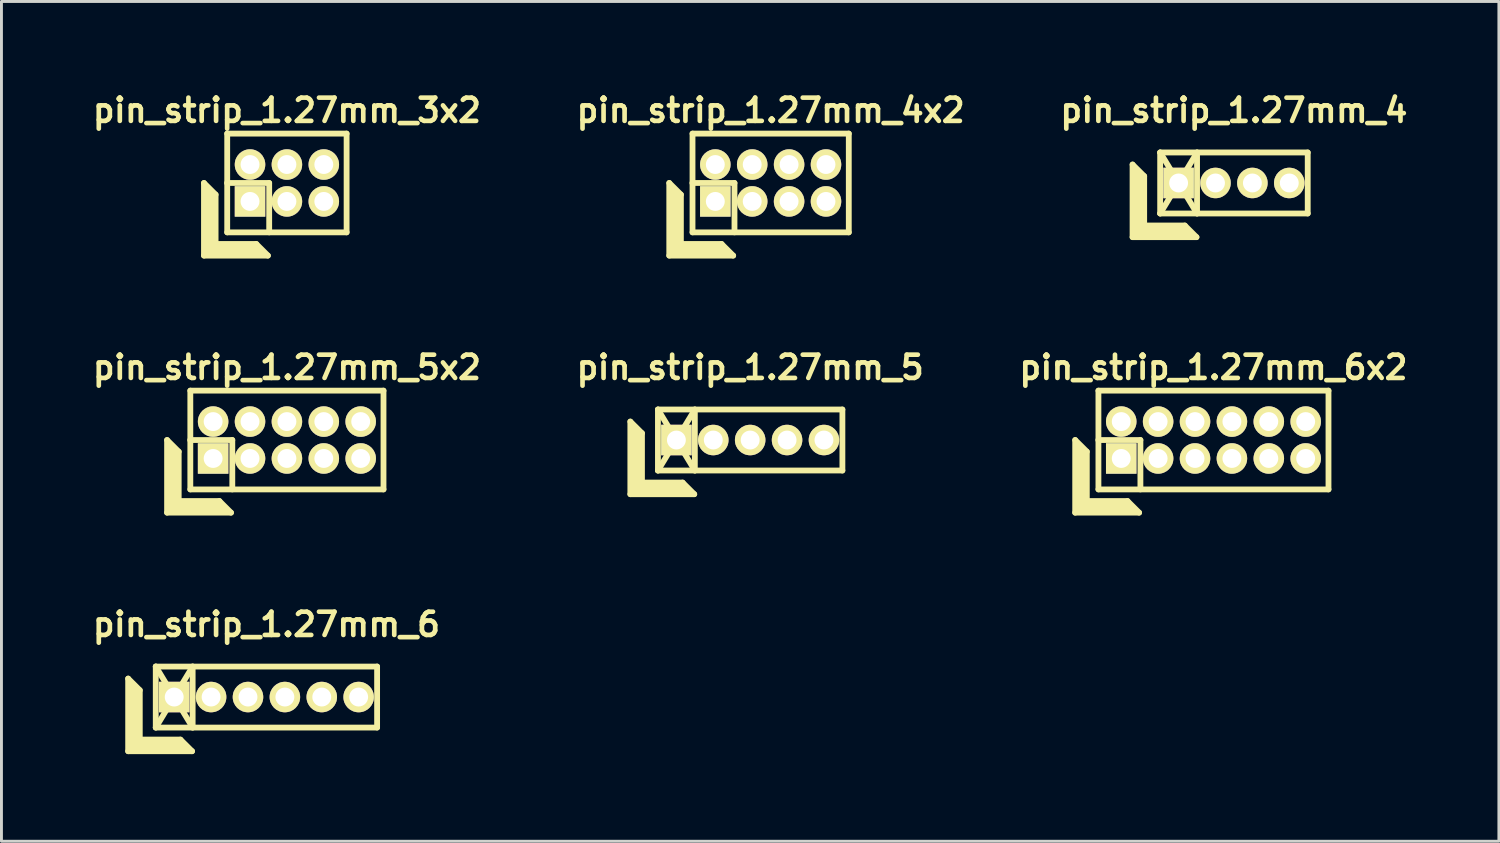
<source format=kicad_pcb>
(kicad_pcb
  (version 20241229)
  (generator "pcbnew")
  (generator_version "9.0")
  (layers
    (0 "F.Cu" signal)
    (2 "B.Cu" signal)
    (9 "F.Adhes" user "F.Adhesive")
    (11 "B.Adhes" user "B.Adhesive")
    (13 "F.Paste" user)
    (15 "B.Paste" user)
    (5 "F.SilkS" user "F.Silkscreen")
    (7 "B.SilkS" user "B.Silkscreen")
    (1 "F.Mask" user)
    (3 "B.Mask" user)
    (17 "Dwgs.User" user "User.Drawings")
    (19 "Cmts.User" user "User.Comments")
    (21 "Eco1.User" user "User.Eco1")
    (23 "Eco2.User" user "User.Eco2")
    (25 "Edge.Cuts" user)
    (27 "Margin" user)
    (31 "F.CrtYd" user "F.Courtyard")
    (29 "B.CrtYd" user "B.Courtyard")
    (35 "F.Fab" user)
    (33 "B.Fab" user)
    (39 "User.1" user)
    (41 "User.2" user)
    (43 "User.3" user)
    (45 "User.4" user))
  (footprint "pin_strip_1.27mm_4x2"
    (layer "F.Cu")
    (at 23.48 3.249)
    (property "Reference" "pin_strip_1.27mm_4x2" (at 0 -2.5 0) (layer "F.SilkS") (effects (font (size 0.8 0.8) (thickness 0.16))))
    (attr through_hole)
    (fp_line (start -3.49 0) (end -3.49 2.5) (stroke (width 0.2) (type solid)) (layer "F.SilkS"))
    (fp_line (start -3.49 0) (end -3.09 0.4) (stroke (width 0.2) (type solid)) (layer "F.SilkS"))
    (fp_line (start -3.49 2.5) (end -1.29 2.5) (stroke (width 0.2) (type solid)) (layer "F.SilkS"))
    (fp_line (start -3.39 2.4) (end -3.39 0.2) (stroke (width 0.2) (type solid)) (layer "F.SilkS"))
    (fp_line (start -3.39 2.4) (end -1.49 2.4) (stroke (width 0.2) (type solid)) (layer "F.SilkS"))
    (fp_line (start -3.29 2.3) (end -3.29 0.3) (stroke (width 0.2) (type solid)) (layer "F.SilkS"))
    (fp_line (start -3.29 2.3) (end -1.59 2.3) (stroke (width 0.2) (type solid)) (layer "F.SilkS"))
    (fp_line (start -3.19 2.2) (end -3.19 0.4) (stroke (width 0.2) (type solid)) (layer "F.SilkS"))
    (fp_line (start -3.19 2.2) (end -1.69 2.2) (stroke (width 0.2) (type solid)) (layer "F.SilkS"))
    (fp_line (start -3.09 2.1) (end -3.09 0.4) (stroke (width 0.2) (type solid)) (layer "F.SilkS"))
    (fp_line (start -3.09 2.1) (end -1.69 2.1) (stroke (width 0.2) (type solid)) (layer "F.SilkS"))
    (fp_line (start -2.695 0) (end -1.245 0) (stroke (width 0.2) (type solid)) (layer "F.SilkS"))
    (fp_line (start -2.69 -1.7) (end 2.69 -1.7) (stroke (width 0.2) (type solid)) (layer "F.SilkS"))
    (fp_line (start -2.69 1.7) (end -2.69 -1.7) (stroke (width 0.2) (type solid)) (layer "F.SilkS"))
    (fp_line (start -1.69 2.1) (end -1.29 2.5) (stroke (width 0.2) (type solid)) (layer "F.SilkS"))
    (fp_line (start -1.245 0) (end -1.245 1.7) (stroke (width 0.2) (type solid)) (layer "F.SilkS"))
    (fp_line (start 2.69 -1.7) (end 2.69 1.7) (stroke (width 0.2) (type solid)) (layer "F.SilkS"))
    (fp_line (start 2.69 1.7) (end -2.69 1.7) (stroke (width 0.2) (type solid)) (layer "F.SilkS"))
    (pad "1" thru_hole rect (at -1.905 0.635) (size 1.05 1.05) (drill 0.65) (layers "*.Cu" "*.Mask" "F.SilkS"))
    (pad "2" thru_hole oval (at -1.905 -0.635) (size 1.05 1.05) (drill 0.65) (layers "*.Cu" "*.Mask" "F.SilkS"))
    (pad "3" thru_hole oval (at -0.635 0.635) (size 1.05 1.05) (drill 0.65) (layers "*.Cu" "*.Mask" "F.SilkS"))
    (pad "4" thru_hole oval (at -0.635 -0.635) (size 1.05 1.05) (drill 0.65) (layers "*.Cu" "*.Mask" "F.SilkS"))
    (pad "5" thru_hole oval (at 0.635 0.635) (size 1.05 1.05) (drill 0.65) (layers "*.Cu" "*.Mask" "F.SilkS"))
    (pad "6" thru_hole oval (at 0.635 -0.635) (size 1.05 1.05) (drill 0.65) (layers "*.Cu" "*.Mask" "F.SilkS"))
    (pad "7" thru_hole oval (at 1.905 0.635) (size 1.05 1.05) (drill 0.65) (layers "*.Cu" "*.Mask" "F.SilkS"))
    (pad "8" thru_hole oval (at 1.905 -0.635) (size 1.05 1.05) (drill 0.65) (layers "*.Cu" "*.Mask" "F.SilkS")))
  (footprint "pin_strip_1.27mm_6x2"
    (layer "F.Cu")
    (at 38.724 12.098)
    (property "Reference" "pin_strip_1.27mm_6x2" (at 0 -2.5 0) (layer "F.SilkS") (effects (font (size 0.8 0.8) (thickness 0.16))))
    (attr through_hole)
    (fp_line (start -4.76 0) (end -4.76 2.5) (stroke (width 0.2) (type solid)) (layer "F.SilkS"))
    (fp_line (start -4.76 0) (end -4.36 0.4) (stroke (width 0.2) (type solid)) (layer "F.SilkS"))
    (fp_line (start -4.76 2.5) (end -2.56 2.5) (stroke (width 0.2) (type solid)) (layer "F.SilkS"))
    (fp_line (start -4.66 2.4) (end -4.66 0.2) (stroke (width 0.2) (type solid)) (layer "F.SilkS"))
    (fp_line (start -4.66 2.4) (end -2.76 2.4) (stroke (width 0.2) (type solid)) (layer "F.SilkS"))
    (fp_line (start -4.56 2.3) (end -4.56 0.3) (stroke (width 0.2) (type solid)) (layer "F.SilkS"))
    (fp_line (start -4.56 2.3) (end -2.86 2.3) (stroke (width 0.2) (type solid)) (layer "F.SilkS"))
    (fp_line (start -4.46 2.2) (end -4.46 0.4) (stroke (width 0.2) (type solid)) (layer "F.SilkS"))
    (fp_line (start -4.46 2.2) (end -2.96 2.2) (stroke (width 0.2) (type solid)) (layer "F.SilkS"))
    (fp_line (start -4.36 2.1) (end -4.36 0.4) (stroke (width 0.2) (type solid)) (layer "F.SilkS"))
    (fp_line (start -4.36 2.1) (end -2.96 2.1) (stroke (width 0.2) (type solid)) (layer "F.SilkS"))
    (fp_line (start -3.965 0) (end -2.515 0) (stroke (width 0.2) (type solid)) (layer "F.SilkS"))
    (fp_line (start -3.96 -1.7) (end 3.96 -1.7) (stroke (width 0.2) (type solid)) (layer "F.SilkS"))
    (fp_line (start -3.96 1.7) (end -3.96 -1.7) (stroke (width 0.2) (type solid)) (layer "F.SilkS"))
    (fp_line (start -2.96 2.1) (end -2.56 2.5) (stroke (width 0.2) (type solid)) (layer "F.SilkS"))
    (fp_line (start -2.515 0) (end -2.515 1.7) (stroke (width 0.2) (type solid)) (layer "F.SilkS"))
    (fp_line (start 3.96 -1.7) (end 3.96 1.7) (stroke (width 0.2) (type solid)) (layer "F.SilkS"))
    (fp_line (start 3.96 1.7) (end -3.96 1.7) (stroke (width 0.2) (type solid)) (layer "F.SilkS"))
    (pad "1" thru_hole rect (at -3.175 0.635) (size 1.05 1.05) (drill 0.65) (layers "*.Cu" "*.Mask" "F.SilkS"))
    (pad "2" thru_hole oval (at -3.175 -0.635) (size 1.05 1.05) (drill 0.65) (layers "*.Cu" "*.Mask" "F.SilkS"))
    (pad "3" thru_hole oval (at -1.905 0.635) (size 1.05 1.05) (drill 0.65) (layers "*.Cu" "*.Mask" "F.SilkS"))
    (pad "4" thru_hole oval (at -1.905 -0.635) (size 1.05 1.05) (drill 0.65) (layers "*.Cu" "*.Mask" "F.SilkS"))
    (pad "5" thru_hole oval (at -0.635 0.635) (size 1.05 1.05) (drill 0.65) (layers "*.Cu" "*.Mask" "F.SilkS"))
    (pad "6" thru_hole oval (at -0.635 -0.635) (size 1.05 1.05) (drill 0.65) (layers "*.Cu" "*.Mask" "F.SilkS"))
    (pad "7" thru_hole oval (at 0.635 0.635) (size 1.05 1.05) (drill 0.65) (layers "*.Cu" "*.Mask" "F.SilkS"))
    (pad "8" thru_hole oval (at 0.635 -0.635) (size 1.05 1.05) (drill 0.65) (layers "*.Cu" "*.Mask" "F.SilkS"))
    (pad "9" thru_hole oval (at 1.905 0.635) (size 1.05 1.05) (drill 0.65) (layers "*.Cu" "*.Mask" "F.SilkS"))
    (pad "10" thru_hole oval (at 1.905 -0.635) (size 1.05 1.05) (drill 0.65) (layers "*.Cu" "*.Mask" "F.SilkS"))
    (pad "11" thru_hole oval (at 3.175 0.635) (size 1.05 1.05) (drill 0.65) (layers "*.Cu" "*.Mask" "F.SilkS"))
    (pad "12" thru_hole oval (at 3.175 -0.635) (size 1.05 1.05) (drill 0.65) (layers "*.Cu" "*.Mask" "F.SilkS")))
  (footprint "pin_strip_1.27mm_6"
    (layer "F.Cu")
    (at 6.122 20.946)
    (property "Reference" "pin_strip_1.27mm_6" (at 0 -2.5 0) (layer "F.SilkS") (effects (font (size 0.8 0.8) (thickness 0.16))))
    (attr through_hole)
    (fp_line (start -4.76 -0.635) (end -4.76 1.865) (stroke (width 0.2) (type solid)) (layer "F.SilkS"))
    (fp_line (start -4.76 -0.635) (end -4.36 -0.235) (stroke (width 0.2) (type solid)) (layer "F.SilkS"))
    (fp_line (start -4.76 1.865) (end -2.56 1.865) (stroke (width 0.2) (type solid)) (layer "F.SilkS"))
    (fp_line (start -4.66 1.765) (end -4.66 -0.435) (stroke (width 0.2) (type solid)) (layer "F.SilkS"))
    (fp_line (start -4.66 1.765) (end -2.76 1.765) (stroke (width 0.2) (type solid)) (layer "F.SilkS"))
    (fp_line (start -4.56 1.665) (end -4.56 -0.335) (stroke (width 0.2) (type solid)) (layer "F.SilkS"))
    (fp_line (start -4.56 1.665) (end -2.86 1.665) (stroke (width 0.2) (type solid)) (layer "F.SilkS"))
    (fp_line (start -4.46 1.565) (end -4.46 -0.235) (stroke (width 0.2) (type solid)) (layer "F.SilkS"))
    (fp_line (start -4.46 1.565) (end -2.96 1.565) (stroke (width 0.2) (type solid)) (layer "F.SilkS"))
    (fp_line (start -4.36 1.465) (end -4.36 -0.235) (stroke (width 0.2) (type solid)) (layer "F.SilkS"))
    (fp_line (start -4.36 1.465) (end -2.96 1.465) (stroke (width 0.2) (type solid)) (layer "F.SilkS"))
    (fp_line (start -3.81 -1.05) (end -2.54 1.05) (stroke (width 0.2) (type solid)) (layer "F.SilkS"))
    (fp_line (start -3.81 -1.05) (end 3.81 -1.05) (stroke (width 0.2) (type solid)) (layer "F.SilkS"))
    (fp_line (start -3.81 1.05) (end -3.81 -1.05) (stroke (width 0.2) (type solid)) (layer "F.SilkS"))
    (fp_line (start -3.81 1.05) (end -2.54 -1.05) (stroke (width 0.2) (type solid)) (layer "F.SilkS"))
    (fp_line (start -2.96 1.465) (end -2.56 1.865) (stroke (width 0.2) (type solid)) (layer "F.SilkS"))
    (fp_line (start -2.54 -1.05) (end -2.54 1.05) (stroke (width 0.2) (type solid)) (layer "F.SilkS"))
    (fp_line (start 3.81 -1.05) (end 3.81 1.05) (stroke (width 0.2) (type solid)) (layer "F.SilkS"))
    (fp_line (start 3.81 1.05) (end -3.81 1.05) (stroke (width 0.2) (type solid)) (layer "F.SilkS"))
    (pad "1" thru_hole rect (at -3.175 0) (size 1.05 1.05) (drill 0.65) (layers "*.Cu" "*.Mask" "F.SilkS"))
    (pad "2" thru_hole oval (at -1.905 0) (size 1.05 1.05) (drill 0.65) (layers "*.Cu" "*.Mask" "F.SilkS"))
    (pad "3" thru_hole oval (at -0.635 0) (size 1.05 1.05) (drill 0.65) (layers "*.Cu" "*.Mask" "F.SilkS"))
    (pad "4" thru_hole oval (at 0.635 0) (size 1.05 1.05) (drill 0.65) (layers "*.Cu" "*.Mask" "F.SilkS"))
    (pad "5" thru_hole oval (at 1.905 0) (size 1.05 1.05) (drill 0.65) (layers "*.Cu" "*.Mask" "F.SilkS"))
    (pad "6" thru_hole oval (at 3.175 0) (size 1.05 1.05) (drill 0.65) (layers "*.Cu" "*.Mask" "F.SilkS")))
  (footprint "pin_strip_1.27mm_3x2"
    (layer "F.Cu")
    (at 6.827 3.249)
    (property "Reference" "pin_strip_1.27mm_3x2" (at 0 -2.5 0) (layer "F.SilkS") (effects (font (size 0.8 0.8) (thickness 0.16))))
    (attr through_hole)
    (fp_line (start -2.855 0) (end -2.855 2.5) (stroke (width 0.2) (type solid)) (layer "F.SilkS"))
    (fp_line (start -2.855 0) (end -2.455 0.4) (stroke (width 0.2) (type solid)) (layer "F.SilkS"))
    (fp_line (start -2.855 2.5) (end -0.655 2.5) (stroke (width 0.2) (type solid)) (layer "F.SilkS"))
    (fp_line (start -2.755 2.4) (end -2.755 0.2) (stroke (width 0.2) (type solid)) (layer "F.SilkS"))
    (fp_line (start -2.755 2.4) (end -0.855 2.4) (stroke (width 0.2) (type solid)) (layer "F.SilkS"))
    (fp_line (start -2.655 2.3) (end -2.655 0.3) (stroke (width 0.2) (type solid)) (layer "F.SilkS"))
    (fp_line (start -2.655 2.3) (end -0.955 2.3) (stroke (width 0.2) (type solid)) (layer "F.SilkS"))
    (fp_line (start -2.555 2.2) (end -2.555 0.4) (stroke (width 0.2) (type solid)) (layer "F.SilkS"))
    (fp_line (start -2.555 2.2) (end -1.055 2.2) (stroke (width 0.2) (type solid)) (layer "F.SilkS"))
    (fp_line (start -2.455 2.1) (end -2.455 0.4) (stroke (width 0.2) (type solid)) (layer "F.SilkS"))
    (fp_line (start -2.455 2.1) (end -1.055 2.1) (stroke (width 0.2) (type solid)) (layer "F.SilkS"))
    (fp_line (start -2.06 0) (end -0.61 0) (stroke (width 0.2) (type solid)) (layer "F.SilkS"))
    (fp_line (start -2.055 -1.7) (end 2.055 -1.7) (stroke (width 0.2) (type solid)) (layer "F.SilkS"))
    (fp_line (start -2.055 1.7) (end -2.055 -1.7) (stroke (width 0.2) (type solid)) (layer "F.SilkS"))
    (fp_line (start -1.055 2.1) (end -0.655 2.5) (stroke (width 0.2) (type solid)) (layer "F.SilkS"))
    (fp_line (start -0.61 0) (end -0.61 1.7) (stroke (width 0.2) (type solid)) (layer "F.SilkS"))
    (fp_line (start 2.055 -1.7) (end 2.055 1.7) (stroke (width 0.2) (type solid)) (layer "F.SilkS"))
    (fp_line (start 2.055 1.7) (end -2.055 1.7) (stroke (width 0.2) (type solid)) (layer "F.SilkS"))
    (pad "1" thru_hole rect (at -1.27 0.635) (size 1.05 1.05) (drill 0.65) (layers "*.Cu" "*.Mask" "F.SilkS"))
    (pad "2" thru_hole oval (at -1.27 -0.635) (size 1.05 1.05) (drill 0.65) (layers "*.Cu" "*.Mask" "F.SilkS"))
    (pad "3" thru_hole oval (at 0 0.635) (size 1.05 1.05) (drill 0.65) (layers "*.Cu" "*.Mask" "F.SilkS"))
    (pad "4" thru_hole oval (at 0 -0.635) (size 1.05 1.05) (drill 0.65) (layers "*.Cu" "*.Mask" "F.SilkS"))
    (pad "5" thru_hole oval (at 1.27 0.635) (size 1.05 1.05) (drill 0.65) (layers "*.Cu" "*.Mask" "F.SilkS"))
    (pad "6" thru_hole oval (at 1.27 -0.635) (size 1.05 1.05) (drill 0.65) (layers "*.Cu" "*.Mask" "F.SilkS")))
  (footprint "pin_strip_1.27mm_5x2"
    (layer "F.Cu")
    (at 6.827 12.098)
    (property "Reference" "pin_strip_1.27mm_5x2" (at 0 -2.5 0) (layer "F.SilkS") (effects (font (size 0.8 0.8) (thickness 0.16))))
    (attr through_hole)
    (fp_line (start -4.125 0) (end -4.125 2.5) (stroke (width 0.2) (type solid)) (layer "F.SilkS"))
    (fp_line (start -4.125 0) (end -3.725 0.4) (stroke (width 0.2) (type solid)) (layer "F.SilkS"))
    (fp_line (start -4.125 2.5) (end -1.925 2.5) (stroke (width 0.2) (type solid)) (layer "F.SilkS"))
    (fp_line (start -4.025 2.4) (end -4.025 0.2) (stroke (width 0.2) (type solid)) (layer "F.SilkS"))
    (fp_line (start -4.025 2.4) (end -2.125 2.4) (stroke (width 0.2) (type solid)) (layer "F.SilkS"))
    (fp_line (start -3.925 2.3) (end -3.925 0.3) (stroke (width 0.2) (type solid)) (layer "F.SilkS"))
    (fp_line (start -3.925 2.3) (end -2.225 2.3) (stroke (width 0.2) (type solid)) (layer "F.SilkS"))
    (fp_line (start -3.825 2.2) (end -3.825 0.4) (stroke (width 0.2) (type solid)) (layer "F.SilkS"))
    (fp_line (start -3.825 2.2) (end -2.325 2.2) (stroke (width 0.2) (type solid)) (layer "F.SilkS"))
    (fp_line (start -3.725 2.1) (end -3.725 0.4) (stroke (width 0.2) (type solid)) (layer "F.SilkS"))
    (fp_line (start -3.725 2.1) (end -2.325 2.1) (stroke (width 0.2) (type solid)) (layer "F.SilkS"))
    (fp_line (start -3.33 0) (end -1.88 0) (stroke (width 0.2) (type solid)) (layer "F.SilkS"))
    (fp_line (start -3.325 -1.7) (end 3.325 -1.7) (stroke (width 0.2) (type solid)) (layer "F.SilkS"))
    (fp_line (start -3.325 1.7) (end -3.325 -1.7) (stroke (width 0.2) (type solid)) (layer "F.SilkS"))
    (fp_line (start -2.325 2.1) (end -1.925 2.5) (stroke (width 0.2) (type solid)) (layer "F.SilkS"))
    (fp_line (start -1.88 0) (end -1.88 1.7) (stroke (width 0.2) (type solid)) (layer "F.SilkS"))
    (fp_line (start 3.325 -1.7) (end 3.325 1.7) (stroke (width 0.2) (type solid)) (layer "F.SilkS"))
    (fp_line (start 3.325 1.7) (end -3.325 1.7) (stroke (width 0.2) (type solid)) (layer "F.SilkS"))
    (pad "1" thru_hole rect (at -2.54 0.635) (size 1.05 1.05) (drill 0.65) (layers "*.Cu" "*.Mask" "F.SilkS"))
    (pad "2" thru_hole oval (at -2.54 -0.635) (size 1.05 1.05) (drill 0.65) (layers "*.Cu" "*.Mask" "F.SilkS"))
    (pad "3" thru_hole oval (at -1.27 0.635) (size 1.05 1.05) (drill 0.65) (layers "*.Cu" "*.Mask" "F.SilkS"))
    (pad "4" thru_hole oval (at -1.27 -0.635) (size 1.05 1.05) (drill 0.65) (layers "*.Cu" "*.Mask" "F.SilkS"))
    (pad "5" thru_hole oval (at 0 0.635) (size 1.05 1.05) (drill 0.65) (layers "*.Cu" "*.Mask" "F.SilkS"))
    (pad "6" thru_hole oval (at 0 -0.635) (size 1.05 1.05) (drill 0.65) (layers "*.Cu" "*.Mask" "F.SilkS"))
    (pad "7" thru_hole oval (at 1.27 0.635) (size 1.05 1.05) (drill 0.65) (layers "*.Cu" "*.Mask" "F.SilkS"))
    (pad "8" thru_hole oval (at 1.27 -0.635) (size 1.05 1.05) (drill 0.65) (layers "*.Cu" "*.Mask" "F.SilkS"))
    (pad "9" thru_hole oval (at 2.54 0.635) (size 1.05 1.05) (drill 0.65) (layers "*.Cu" "*.Mask" "F.SilkS"))
    (pad "10" thru_hole oval (at 2.54 -0.635) (size 1.05 1.05) (drill 0.65) (layers "*.Cu" "*.Mask" "F.SilkS")))
  (footprint "pin_strip_1.27mm_4"
    (layer "F.Cu")
    (at 39.429 3.249)
    (property "Reference" "pin_strip_1.27mm_4" (at 0 -2.5 0) (layer "F.SilkS") (effects (font (size 0.8 0.8) (thickness 0.16))))
    (attr through_hole)
    (fp_line (start -3.49 -0.635) (end -3.49 1.865) (stroke (width 0.2) (type solid)) (layer "F.SilkS"))
    (fp_line (start -3.49 -0.635) (end -3.09 -0.235) (stroke (width 0.2) (type solid)) (layer "F.SilkS"))
    (fp_line (start -3.49 1.865) (end -1.29 1.865) (stroke (width 0.2) (type solid)) (layer "F.SilkS"))
    (fp_line (start -3.39 1.765) (end -3.39 -0.435) (stroke (width 0.2) (type solid)) (layer "F.SilkS"))
    (fp_line (start -3.39 1.765) (end -1.49 1.765) (stroke (width 0.2) (type solid)) (layer "F.SilkS"))
    (fp_line (start -3.29 1.665) (end -3.29 -0.335) (stroke (width 0.2) (type solid)) (layer "F.SilkS"))
    (fp_line (start -3.29 1.665) (end -1.59 1.665) (stroke (width 0.2) (type solid)) (layer "F.SilkS"))
    (fp_line (start -3.19 1.565) (end -3.19 -0.235) (stroke (width 0.2) (type solid)) (layer "F.SilkS"))
    (fp_line (start -3.19 1.565) (end -1.69 1.565) (stroke (width 0.2) (type solid)) (layer "F.SilkS"))
    (fp_line (start -3.09 1.465) (end -3.09 -0.235) (stroke (width 0.2) (type solid)) (layer "F.SilkS"))
    (fp_line (start -3.09 1.465) (end -1.69 1.465) (stroke (width 0.2) (type solid)) (layer "F.SilkS"))
    (fp_line (start -2.54 -1.05) (end -1.27 1.05) (stroke (width 0.2) (type solid)) (layer "F.SilkS"))
    (fp_line (start -2.54 -1.05) (end 2.54 -1.05) (stroke (width 0.2) (type solid)) (layer "F.SilkS"))
    (fp_line (start -2.54 1.05) (end -2.54 -1.05) (stroke (width 0.2) (type solid)) (layer "F.SilkS"))
    (fp_line (start -2.54 1.05) (end -1.27 -1.05) (stroke (width 0.2) (type solid)) (layer "F.SilkS"))
    (fp_line (start -1.69 1.465) (end -1.29 1.865) (stroke (width 0.2) (type solid)) (layer "F.SilkS"))
    (fp_line (start -1.27 -1.05) (end -1.27 1.05) (stroke (width 0.2) (type solid)) (layer "F.SilkS"))
    (fp_line (start 2.54 -1.05) (end 2.54 1.05) (stroke (width 0.2) (type solid)) (layer "F.SilkS"))
    (fp_line (start 2.54 1.05) (end -2.54 1.05) (stroke (width 0.2) (type solid)) (layer "F.SilkS"))
    (pad "1" thru_hole rect (at -1.905 0) (size 1.05 1.05) (drill 0.65) (layers "*.Cu" "*.Mask" "F.SilkS"))
    (pad "2" thru_hole oval (at -0.635 0) (size 1.05 1.05) (drill 0.65) (layers "*.Cu" "*.Mask" "F.SilkS"))
    (pad "3" thru_hole oval (at 0.635 0) (size 1.05 1.05) (drill 0.65) (layers "*.Cu" "*.Mask" "F.SilkS"))
    (pad "4" thru_hole oval (at 1.905 0) (size 1.05 1.05) (drill 0.65) (layers "*.Cu" "*.Mask" "F.SilkS")))
  (footprint "pin_strip_1.27mm_5"
    (layer "F.Cu")
    (at 22.775 12.098)
    (property "Reference" "pin_strip_1.27mm_5" (at 0 -2.5 0) (layer "F.SilkS") (effects (font (size 0.8 0.8) (thickness 0.16))))
    (attr through_hole)
    (fp_line (start -4.125 -0.635) (end -4.125 1.865) (stroke (width 0.2) (type solid)) (layer "F.SilkS"))
    (fp_line (start -4.125 -0.635) (end -3.725 -0.235) (stroke (width 0.2) (type solid)) (layer "F.SilkS"))
    (fp_line (start -4.125 1.865) (end -1.925 1.865) (stroke (width 0.2) (type solid)) (layer "F.SilkS"))
    (fp_line (start -4.025 1.765) (end -4.025 -0.435) (stroke (width 0.2) (type solid)) (layer "F.SilkS"))
    (fp_line (start -4.025 1.765) (end -2.125 1.765) (stroke (width 0.2) (type solid)) (layer "F.SilkS"))
    (fp_line (start -3.925 1.665) (end -3.925 -0.335) (stroke (width 0.2) (type solid)) (layer "F.SilkS"))
    (fp_line (start -3.925 1.665) (end -2.225 1.665) (stroke (width 0.2) (type solid)) (layer "F.SilkS"))
    (fp_line (start -3.825 1.565) (end -3.825 -0.235) (stroke (width 0.2) (type solid)) (layer "F.SilkS"))
    (fp_line (start -3.825 1.565) (end -2.325 1.565) (stroke (width 0.2) (type solid)) (layer "F.SilkS"))
    (fp_line (start -3.725 1.465) (end -3.725 -0.235) (stroke (width 0.2) (type solid)) (layer "F.SilkS"))
    (fp_line (start -3.725 1.465) (end -2.325 1.465) (stroke (width 0.2) (type solid)) (layer "F.SilkS"))
    (fp_line (start -3.175 -1.05) (end -1.905 1.05) (stroke (width 0.2) (type solid)) (layer "F.SilkS"))
    (fp_line (start -3.175 -1.05) (end 3.175 -1.05) (stroke (width 0.2) (type solid)) (layer "F.SilkS"))
    (fp_line (start -3.175 1.05) (end -3.175 -1.05) (stroke (width 0.2) (type solid)) (layer "F.SilkS"))
    (fp_line (start -3.175 1.05) (end -1.905 -1.05) (stroke (width 0.2) (type solid)) (layer "F.SilkS"))
    (fp_line (start -2.325 1.465) (end -1.925 1.865) (stroke (width 0.2) (type solid)) (layer "F.SilkS"))
    (fp_line (start -1.905 -1.05) (end -1.905 1.05) (stroke (width 0.2) (type solid)) (layer "F.SilkS"))
    (fp_line (start 3.175 -1.05) (end 3.175 1.05) (stroke (width 0.2) (type solid)) (layer "F.SilkS"))
    (fp_line (start 3.175 1.05) (end -3.175 1.05) (stroke (width 0.2) (type solid)) (layer "F.SilkS"))
    (pad "1" thru_hole rect (at -2.54 0) (size 1.05 1.05) (drill 0.65) (layers "*.Cu" "*.Mask" "F.SilkS"))
    (pad "2" thru_hole oval (at -1.27 0) (size 1.05 1.05) (drill 0.65) (layers "*.Cu" "*.Mask" "F.SilkS"))
    (pad "3" thru_hole oval (at 0 0) (size 1.05 1.05) (drill 0.65) (layers "*.Cu" "*.Mask" "F.SilkS"))
    (pad "4" thru_hole oval (at 1.27 0) (size 1.05 1.05) (drill 0.65) (layers "*.Cu" "*.Mask" "F.SilkS"))
    (pad "5" thru_hole oval (at 2.54 0) (size 1.05 1.05) (drill 0.65) (layers "*.Cu" "*.Mask" "F.SilkS")))
  (gr_rect
    (start -3 -3)
    (end 48.55 25.911)
    (stroke (width 0.1) (type default))
    (fill no)
    (layer "Edge.Cuts")))
</source>
